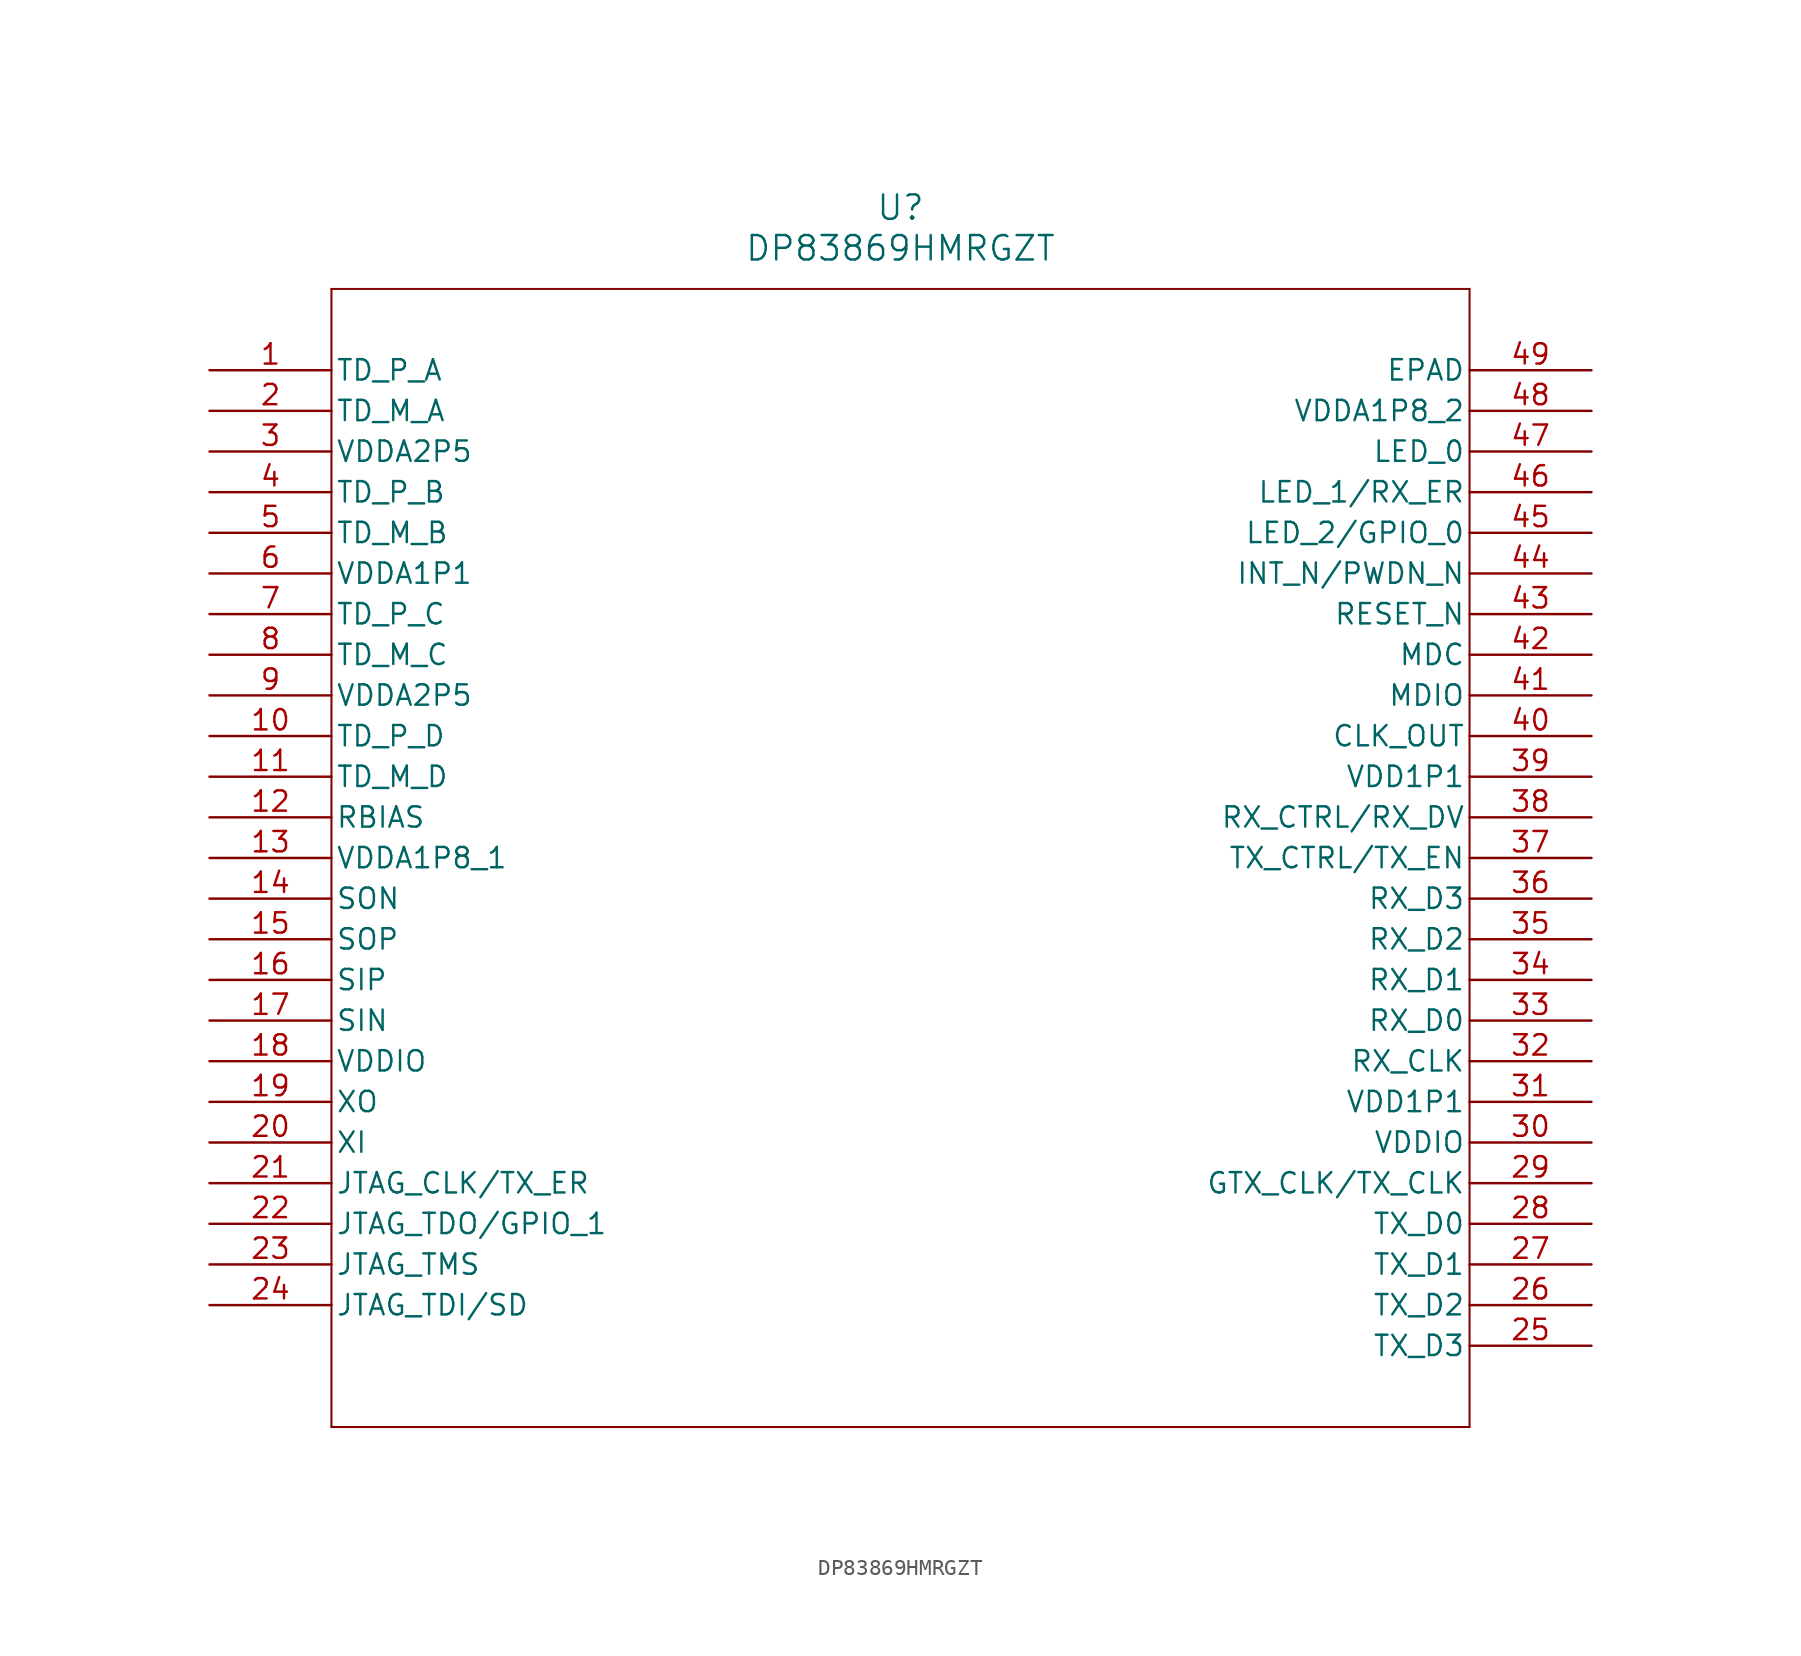
<source format=kicad_sym>
(kicad_symbol_lib
  (version 20211014)
  (generator kicad_symbol_editor)
  (symbol "DP83869HMRGZT"
    (pin_names
      (offset 0.254))
    (property "Reference" "U"
      (at 43.18 10.16 0)
      (effects (font (size 1.524 1.524))))
    (property "Value" "DP83869HMRGZT"
      (at 43.18 7.62 0)
      (effects (font (size 1.524 1.524))))
    (symbol "DP83869HMRGZT_0_1"
      (polyline (pts (xy 7.62 5.08) (xy 7.62 -66.04)) (stroke (width 0.127) (type default) (color 0 0 0 0)) (fill (type none)))
      (polyline (pts (xy 7.62 -66.04) (xy 78.74 -66.04)) (stroke (width 0.127) (type default) (color 0 0 0 0)) (fill (type none)))
      (polyline (pts (xy 78.74 -66.04) (xy 78.74 5.08)) (stroke (width 0.127) (type default) (color 0 0 0 0)) (fill (type none)))
      (polyline (pts (xy 78.74 5.08) (xy 7.62 5.08)) (stroke (width 0.127) (type default) (color 0 0 0 0)) (fill (type none)))
      (pin bidirectional line (at 0 0 0) (length 7.62) (name "TD_P_A" (effects (font (size 1.27 1.27)))) (number "1" (effects (font (size 1.27 1.27)))))
      (pin bidirectional line (at 0 -2.54 0) (length 7.62) (name "TD_M_A" (effects (font (size 1.27 1.27)))) (number "2" (effects (font (size 1.27 1.27)))))
      (pin power_in line (at 0 -5.08 0) (length 7.62) (name "VDDA2P5" (effects (font (size 1.27 1.27)))) (number "3" (effects (font (size 1.27 1.27)))))
      (pin bidirectional line (at 0 -7.62 0) (length 7.62) (name "TD_P_B" (effects (font (size 1.27 1.27)))) (number "4" (effects (font (size 1.27 1.27)))))
      (pin bidirectional line (at 0 -10.16 0) (length 7.62) (name "TD_M_B" (effects (font (size 1.27 1.27)))) (number "5" (effects (font (size 1.27 1.27)))))
      (pin power_in line (at 0 -12.7 0) (length 7.62) (name "VDDA1P1" (effects (font (size 1.27 1.27)))) (number "6" (effects (font (size 1.27 1.27)))))
      (pin bidirectional line (at 0 -15.24 0) (length 7.62) (name "TD_P_C" (effects (font (size 1.27 1.27)))) (number "7" (effects (font (size 1.27 1.27)))))
      (pin bidirectional line (at 0 -17.78 0) (length 7.62) (name "TD_M_C" (effects (font (size 1.27 1.27)))) (number "8" (effects (font (size 1.27 1.27)))))
      (pin power_in line (at 0 -20.32 0) (length 7.62) (name "VDDA2P5" (effects (font (size 1.27 1.27)))) (number "9" (effects (font (size 1.27 1.27)))))
      (pin bidirectional line (at 0 -22.86 0) (length 7.62) (name "TD_P_D" (effects (font (size 1.27 1.27)))) (number "10" (effects (font (size 1.27 1.27)))))
      (pin bidirectional line (at 0 -25.4 0) (length 7.62) (name "TD_M_D" (effects (font (size 1.27 1.27)))) (number "11" (effects (font (size 1.27 1.27)))))
      (pin input line (at 0 -27.94 0) (length 7.62) (name "RBIAS" (effects (font (size 1.27 1.27)))) (number "12" (effects (font (size 1.27 1.27)))))
      (pin power_in line (at 0 -30.48 0) (length 7.62) (name "VDDA1P8_1" (effects (font (size 1.27 1.27)))) (number "13" (effects (font (size 1.27 1.27)))))
      (pin output line (at 0 -33.02 0) (length 7.62) (name "SON" (effects (font (size 1.27 1.27)))) (number "14" (effects (font (size 1.27 1.27)))))
      (pin output line (at 0 -35.56 0) (length 7.62) (name "SOP" (effects (font (size 1.27 1.27)))) (number "15" (effects (font (size 1.27 1.27)))))
      (pin input line (at 0 -38.1 0) (length 7.62) (name "SIP" (effects (font (size 1.27 1.27)))) (number "16" (effects (font (size 1.27 1.27)))))
      (pin input line (at 0 -40.64 0) (length 7.62) (name "SIN" (effects (font (size 1.27 1.27)))) (number "17" (effects (font (size 1.27 1.27)))))
      (pin power_in line (at 0 -43.18 0) (length 7.62) (name "VDDIO" (effects (font (size 1.27 1.27)))) (number "18" (effects (font (size 1.27 1.27)))))
      (pin output line (at 0 -45.72 0) (length 7.62) (name "XO" (effects (font (size 1.27 1.27)))) (number "19" (effects (font (size 1.27 1.27)))))
      (pin input line (at 0 -48.26 0) (length 7.62) (name "XI" (effects (font (size 1.27 1.27)))) (number "20" (effects (font (size 1.27 1.27)))))
      (pin input line (at 0 -50.8 0) (length 7.62) (name "JTAG_CLK/TX_ER" (effects (font (size 1.27 1.27)))) (number "21" (effects (font (size 1.27 1.27)))))
      (pin output line (at 0 -53.34 0) (length 7.62) (name "JTAG_TDO/GPIO_1" (effects (font (size 1.27 1.27)))) (number "22" (effects (font (size 1.27 1.27)))))
      (pin input line (at 0 -55.88 0) (length 7.62) (name "JTAG_TMS" (effects (font (size 1.27 1.27)))) (number "23" (effects (font (size 1.27 1.27)))))
      (pin input line (at 0 -58.42 0) (length 7.62) (name "JTAG_TDI/SD" (effects (font (size 1.27 1.27)))) (number "24" (effects (font (size 1.27 1.27)))))
      (pin input line (at 86.36 -60.96 180) (length 7.62) (name "TX_D3" (effects (font (size 1.27 1.27)))) (number "25" (effects (font (size 1.27 1.27)))))
      (pin input line (at 86.36 -58.42 180) (length 7.62) (name "TX_D2" (effects (font (size 1.27 1.27)))) (number "26" (effects (font (size 1.27 1.27)))))
      (pin input line (at 86.36 -55.88 180) (length 7.62) (name "TX_D1" (effects (font (size 1.27 1.27)))) (number "27" (effects (font (size 1.27 1.27)))))
      (pin input line (at 86.36 -53.34 180) (length 7.62) (name "TX_D0" (effects (font (size 1.27 1.27)))) (number "28" (effects (font (size 1.27 1.27)))))
      (pin bidirectional line (at 86.36 -50.8 180) (length 7.62) (name "GTX_CLK/TX_CLK" (effects (font (size 1.27 1.27)))) (number "29" (effects (font (size 1.27 1.27)))))
      (pin power_in line (at 86.36 -48.26 180) (length 7.62) (name "VDDIO" (effects (font (size 1.27 1.27)))) (number "30" (effects (font (size 1.27 1.27)))))
      (pin power_in line (at 86.36 -45.72 180) (length 7.62) (name "VDD1P1" (effects (font (size 1.27 1.27)))) (number "31" (effects (font (size 1.27 1.27)))))
      (pin output line (at 86.36 -43.18 180) (length 7.62) (name "RX_CLK" (effects (font (size 1.27 1.27)))) (number "32" (effects (font (size 1.27 1.27)))))
      (pin output line (at 86.36 -40.64 180) (length 7.62) (name "RX_D0" (effects (font (size 1.27 1.27)))) (number "33" (effects (font (size 1.27 1.27)))))
      (pin output line (at 86.36 -38.1 180) (length 7.62) (name "RX_D1" (effects (font (size 1.27 1.27)))) (number "34" (effects (font (size 1.27 1.27)))))
      (pin output line (at 86.36 -35.56 180) (length 7.62) (name "RX_D2" (effects (font (size 1.27 1.27)))) (number "35" (effects (font (size 1.27 1.27)))))
      (pin output line (at 86.36 -33.02 180) (length 7.62) (name "RX_D3" (effects (font (size 1.27 1.27)))) (number "36" (effects (font (size 1.27 1.27)))))
      (pin input line (at 86.36 -30.48 180) (length 7.62) (name "TX_CTRL/TX_EN" (effects (font (size 1.27 1.27)))) (number "37" (effects (font (size 1.27 1.27)))))
      (pin output line (at 86.36 -27.94 180) (length 7.62) (name "RX_CTRL/RX_DV" (effects (font (size 1.27 1.27)))) (number "38" (effects (font (size 1.27 1.27)))))
      (pin power_in line (at 86.36 -25.4 180) (length 7.62) (name "VDD1P1" (effects (font (size 1.27 1.27)))) (number "39" (effects (font (size 1.27 1.27)))))
      (pin output line (at 86.36 -22.86 180) (length 7.62) (name "CLK_OUT" (effects (font (size 1.27 1.27)))) (number "40" (effects (font (size 1.27 1.27)))))
      (pin bidirectional line (at 86.36 -20.32 180) (length 7.62) (name "MDIO" (effects (font (size 1.27 1.27)))) (number "41" (effects (font (size 1.27 1.27)))))
      (pin input line (at 86.36 -17.78 180) (length 7.62) (name "MDC" (effects (font (size 1.27 1.27)))) (number "42" (effects (font (size 1.27 1.27)))))
      (pin bidirectional line (at 86.36 -15.24 180) (length 7.62) (name "RESET_N" (effects (font (size 1.27 1.27)))) (number "43" (effects (font (size 1.27 1.27)))))
      (pin bidirectional line (at 86.36 -12.7 180) (length 7.62) (name "INT_N/PWDN_N" (effects (font (size 1.27 1.27)))) (number "44" (effects (font (size 1.27 1.27)))))
      (pin bidirectional line (at 86.36 -10.16 180) (length 7.62) (name "LED_2/GPIO_0" (effects (font (size 1.27 1.27)))) (number "45" (effects (font (size 1.27 1.27)))))
      (pin output line (at 86.36 -7.62 180) (length 7.62) (name "LED_1/RX_ER" (effects (font (size 1.27 1.27)))) (number "46" (effects (font (size 1.27 1.27)))))
      (pin output line (at 86.36 -5.08 180) (length 7.62) (name "LED_0" (effects (font (size 1.27 1.27)))) (number "47" (effects (font (size 1.27 1.27)))))
      (pin power_in line (at 86.36 -2.54 180) (length 7.62) (name "VDDA1P8_2" (effects (font (size 1.27 1.27)))) (number "48" (effects (font (size 1.27 1.27)))))
      (pin unspecified line (at 86.36 0 180) (length 7.62) (name "EPAD" (effects (font (size 1.27 1.27)))) (number "49" (effects (font (size 1.27 1.27))))))))
</source>
